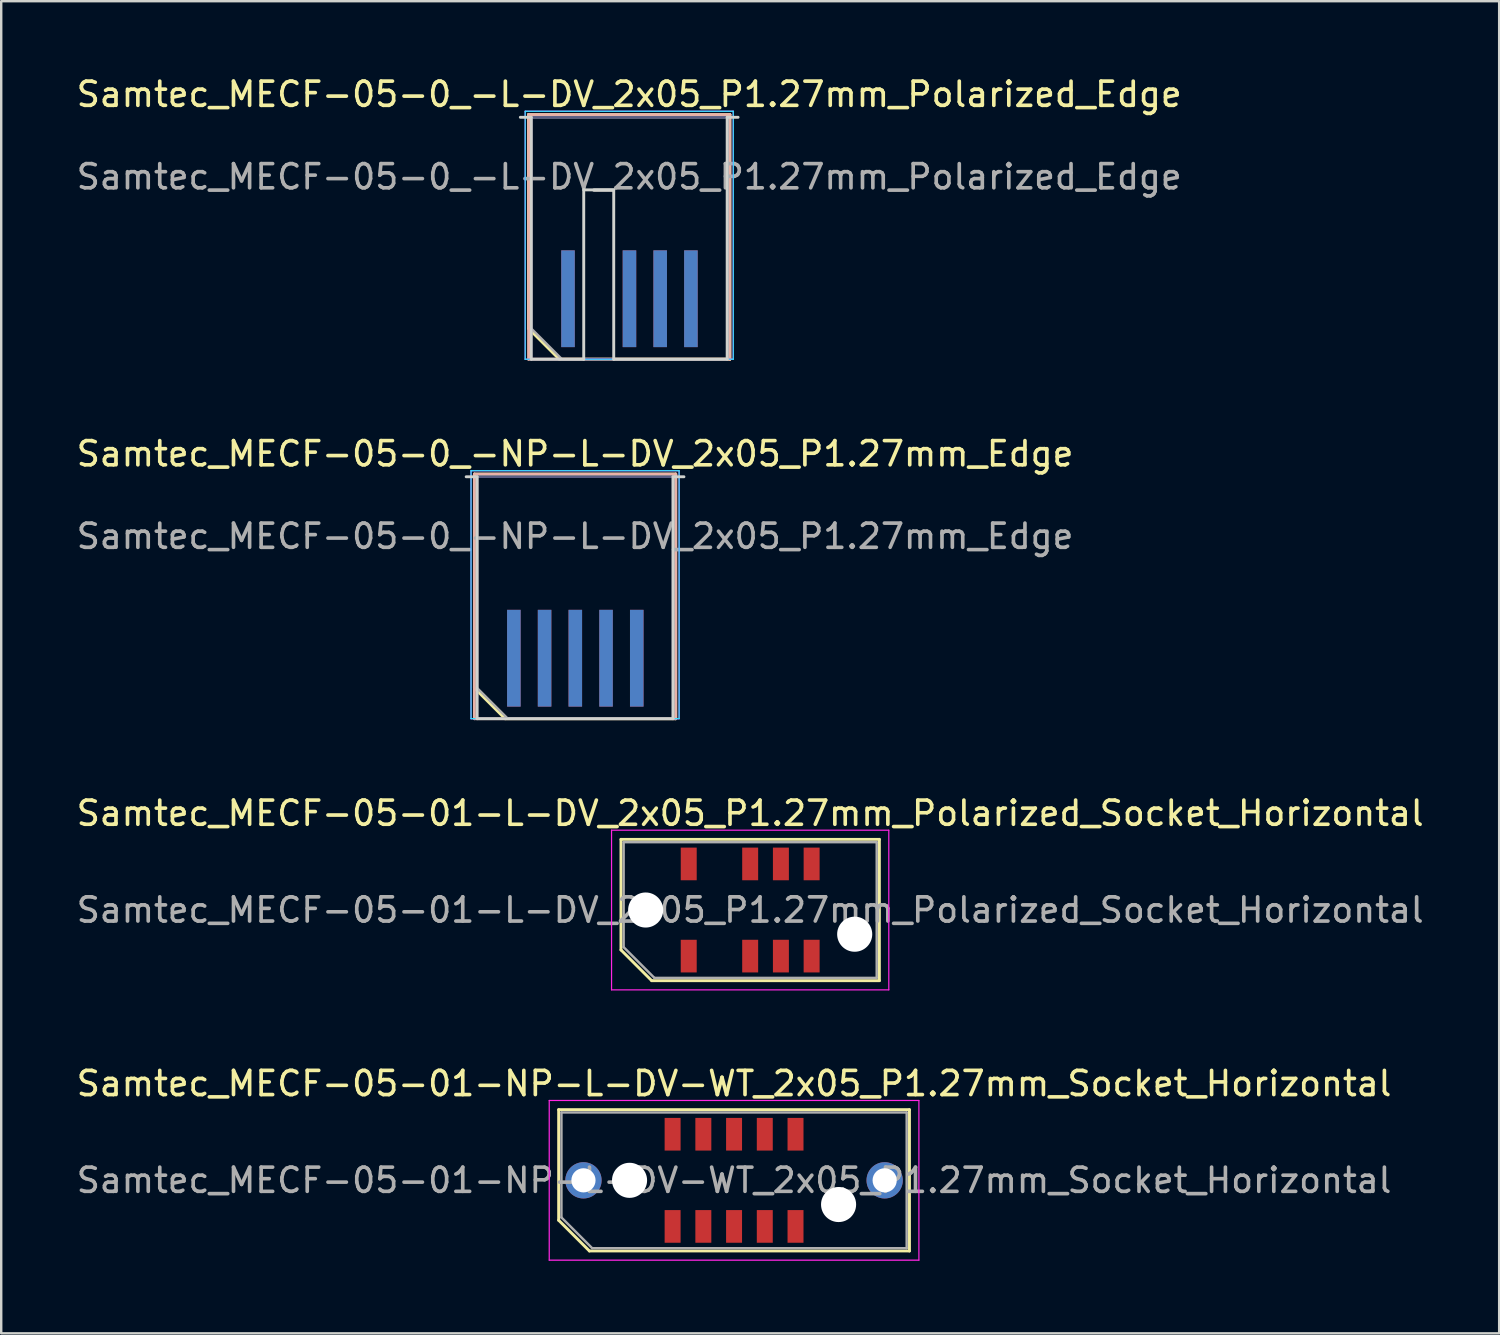
<source format=kicad_pcb>
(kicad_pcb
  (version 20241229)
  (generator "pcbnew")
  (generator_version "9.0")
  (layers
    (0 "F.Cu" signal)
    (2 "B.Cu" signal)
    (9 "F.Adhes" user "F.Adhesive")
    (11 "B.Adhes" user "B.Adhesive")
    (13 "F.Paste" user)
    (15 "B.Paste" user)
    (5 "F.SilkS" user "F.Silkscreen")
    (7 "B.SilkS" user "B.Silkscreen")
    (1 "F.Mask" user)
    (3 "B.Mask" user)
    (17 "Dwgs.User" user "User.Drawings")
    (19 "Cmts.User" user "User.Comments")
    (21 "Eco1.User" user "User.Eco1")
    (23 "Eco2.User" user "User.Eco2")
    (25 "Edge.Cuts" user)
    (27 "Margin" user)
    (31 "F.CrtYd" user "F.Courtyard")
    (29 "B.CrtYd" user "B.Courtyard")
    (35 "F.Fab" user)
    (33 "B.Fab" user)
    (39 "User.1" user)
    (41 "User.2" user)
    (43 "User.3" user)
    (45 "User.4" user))
  (footprint "Samtec_MECF-05-0_-L-DV_2x05_P1.27mm_Polarized_Edge"
    (layer "F.Cu")
    (at 22.958 6.798)
    (property "Reference" "Samtec_MECF-05-0_-L-DV_2x05_P1.27mm_Polarized_Edge" (at 0 -5.95 0) (layer "F.SilkS") (effects (font (size 1 1) (thickness 0.15))))
    (attr exclude_from_pos_files exclude_from_bom)
    (fp_line (start -4.16 -5.11) (end 4.16 -5.11) (stroke (width 0.12) (type solid)) (layer "F.SilkS"))
    (fp_line (start -4.16 3.73) (end -4.16 -5.11) (stroke (width 0.12) (type solid)) (layer "F.SilkS"))
    (fp_line (start -2.89 5) (end -4.16 3.73) (stroke (width 0.12) (type solid)) (layer "F.SilkS"))
    (fp_line (start -2.89 5) (end 4.16 5) (stroke (width 0.12) (type solid)) (layer "F.SilkS"))
    (fp_line (start 4.16 5) (end 4.16 -5.11) (stroke (width 0.12) (type solid)) (layer "F.SilkS"))
    (fp_line (start -4.16 -5.11) (end 4.16 -5.11) (stroke (width 0.12) (type solid)) (layer "B.SilkS"))
    (fp_line (start -4.16 5) (end -4.16 -5.11) (stroke (width 0.12) (type solid)) (layer "B.SilkS"))
    (fp_line (start -4.16 5) (end 4.16 5) (stroke (width 0.12) (type solid)) (layer "B.SilkS"))
    (fp_line (start 4.16 5) (end 4.16 -5.11) (stroke (width 0.12) (type solid)) (layer "B.SilkS"))
    (fp_line (start -4.5 -5) (end -4.05 -5) (stroke (width 0.12) (type solid)) (layer "Edge.Cuts"))
    (fp_line (start -4.05 5) (end -4.05 -5) (stroke (width 0.12) (type solid)) (layer "Edge.Cuts"))
    (fp_line (start -4.05 5) (end -1.88 5) (stroke (width 0.12) (type solid)) (layer "Edge.Cuts"))
    (fp_line (start -1.88 -2) (end -0.64 -2) (stroke (width 0.12) (type solid)) (layer "Edge.Cuts"))
    (fp_line (start -1.88 5) (end -1.88 -2) (stroke (width 0.12) (type solid)) (layer "Edge.Cuts"))
    (fp_line (start -0.64 5) (end -0.64 -2) (stroke (width 0.12) (type solid)) (layer "Edge.Cuts"))
    (fp_line (start -0.64 5) (end 4.05 5) (stroke (width 0.12) (type solid)) (layer "Edge.Cuts"))
    (fp_line (start 4.05 5) (end 4.05 -5) (stroke (width 0.12) (type solid)) (layer "Edge.Cuts"))
    (fp_line (start 4.5 -5) (end 4.05 -5) (stroke (width 0.12) (type solid)) (layer "Edge.Cuts"))
    (fp_line (start -4.3 -5.25) (end -4.3 5) (stroke (width 0.05) (type solid)) (layer "B.CrtYd"))
    (fp_line (start -4.3 5) (end 4.3 5) (stroke (width 0.05) (type solid)) (layer "B.CrtYd"))
    (fp_line (start 4.3 -5.25) (end -4.3 -5.25) (stroke (width 0.05) (type solid)) (layer "B.CrtYd"))
    (fp_line (start 4.3 5) (end 4.3 -5.25) (stroke (width 0.05) (type solid)) (layer "B.CrtYd"))
    (fp_line (start -4.3 -5.25) (end -4.3 5) (stroke (width 0.05) (type solid)) (layer "F.CrtYd"))
    (fp_line (start -4.3 5) (end 4.3 5) (stroke (width 0.05) (type solid)) (layer "F.CrtYd"))
    (fp_line (start 4.3 -5.25) (end -4.3 -5.25) (stroke (width 0.05) (type solid)) (layer "F.CrtYd"))
    (fp_line (start 4.3 5) (end 4.3 -5.25) (stroke (width 0.05) (type solid)) (layer "F.CrtYd"))
    (fp_line (start -4.05 -5) (end 4.05 -5) (stroke (width 0.1) (type solid)) (layer "B.Fab"))
    (fp_line (start -4.05 5) (end -4.05 -5) (stroke (width 0.1) (type solid)) (layer "B.Fab"))
    (fp_line (start -4.05 5) (end 4.05 5) (stroke (width 0.1) (type solid)) (layer "B.Fab"))
    (fp_line (start 4.05 5) (end 4.05 -5) (stroke (width 0.1) (type solid)) (layer "B.Fab"))
    (fp_line (start -4.05 -5) (end 4.05 -5) (stroke (width 0.1) (type solid)) (layer "F.Fab"))
    (fp_line (start -4.05 3.73) (end -4.05 -5) (stroke (width 0.1) (type solid)) (layer "F.Fab"))
    (fp_line (start -4.05 3.73) (end -2.78 5) (stroke (width 0.1) (type solid)) (layer "F.Fab"))
    (fp_line (start -2.78 5) (end 4.05 5) (stroke (width 0.1) (type solid)) (layer "F.Fab"))
    (fp_line (start 4.05 5) (end 4.05 -5) (stroke (width 0.1) (type solid)) (layer "F.Fab"))
    (fp_text user "${REFERENCE}" (at 0 -2.54 0) (layer "F.Fab") (effects (font (size 1 1) (thickness 0.15))))
    (pad "1" connect rect (at -2.53 2.5) (size 0.56 4) (layers "F.Cu" "F.Mask"))
    (pad "2" connect rect (at -2.53 2.5) (size 0.56 4) (layers "B.Cu" "B.Mask"))
    (pad "5" connect rect (at 0.01 2.5) (size 0.56 4) (layers "F.Cu" "F.Mask"))
    (pad "6" connect rect (at 0.01 2.5) (size 0.56 4) (layers "B.Cu" "B.Mask"))
    (pad "7" connect rect (at 1.28 2.5) (size 0.56 4) (layers "F.Cu" "F.Mask"))
    (pad "8" connect rect (at 1.28 2.5) (size 0.56 4) (layers "B.Cu" "B.Mask"))
    (pad "9" connect rect (at 2.55 2.5) (size 0.56 4) (layers "F.Cu" "F.Mask"))
    (pad "10" connect rect (at 2.55 2.5) (size 0.56 4) (layers "B.Cu" "B.Mask")))
  (footprint "Samtec_MECF-05-01-NP-L-DV-WT_2x05_P1.27mm_Socket_Horizontal"
    (layer "F.Cu")
    (at 27.292 45.738)
    (property "Reference" "Samtec_MECF-05-01-NP-L-DV-WT_2x05_P1.27mm_Socket_Horizontal" (at 0 -4 0) (layer "F.SilkS") (effects (font (size 1 1) (thickness 0.15))))
    (attr smd)
    (fp_line (start -7.25 -2.92) (end 7.25 -2.92) (stroke (width 0.12) (type solid)) (layer "F.SilkS"))
    (fp_line (start -7.25 1.65) (end -7.25 -2.92) (stroke (width 0.12) (type solid)) (layer "F.SilkS"))
    (fp_line (start -5.98 2.92) (end -7.25 1.65) (stroke (width 0.12) (type solid)) (layer "F.SilkS"))
    (fp_line (start -5.98 2.92) (end 7.25 2.92) (stroke (width 0.12) (type solid)) (layer "F.SilkS"))
    (fp_line (start 7.25 2.92) (end 7.25 -2.92) (stroke (width 0.12) (type solid)) (layer "F.SilkS"))
    (fp_line (start -7.64 -3.3) (end -7.64 3.3) (stroke (width 0.05) (type solid)) (layer "F.CrtYd"))
    (fp_line (start -7.64 3.3) (end 7.64 3.3) (stroke (width 0.05) (type solid)) (layer "F.CrtYd"))
    (fp_line (start 7.64 -3.3) (end -7.64 -3.3) (stroke (width 0.05) (type solid)) (layer "F.CrtYd"))
    (fp_line (start 7.64 3.3) (end 7.64 -3.3) (stroke (width 0.05) (type solid)) (layer "F.CrtYd"))
    (fp_line (start -7.135 -2.805) (end 7.135 -2.805) (stroke (width 0.1) (type solid)) (layer "F.Fab"))
    (fp_line (start -7.135 1.535) (end -7.135 -2.805) (stroke (width 0.1) (type solid)) (layer "F.Fab"))
    (fp_line (start -7.135 1.535) (end -5.865 2.805) (stroke (width 0.1) (type solid)) (layer "F.Fab"))
    (fp_line (start -5.865 2.805) (end 7.135 2.805) (stroke (width 0.1) (type solid)) (layer "F.Fab"))
    (fp_line (start 7.135 2.805) (end 7.135 -2.805) (stroke (width 0.1) (type solid)) (layer "F.Fab"))
    (fp_text user "${REFERENCE}" (at 0 0 0) (layer "F.Fab") (effects (font (size 1 1) (thickness 0.15))))
    (pad "" thru_hole circle (at -6.225 0) (size 1.5 1.5) (drill 1) (layers "*.Cu" "*.Mask"))
    (pad "" np_thru_hole circle (at -4.32 0) (size 1.45 1.45) (drill 1.45) (layers "*.Cu" "*.Mask"))
    (pad "" np_thru_hole circle (at 4.32 1) (size 1.45 1.45) (drill 1.45) (layers "*.Cu" "*.Mask"))
    (pad "" thru_hole circle (at 6.225 0) (size 1.5 1.5) (drill 1) (layers "*.Cu" "*.Mask"))
    (pad "1" smd rect (at -2.54 1.905) (size 0.66 1.35) (layers "F.Cu" "F.Mask" "F.Paste"))
    (pad "2" smd rect (at -2.54 -1.905) (size 0.66 1.35) (layers "F.Cu" "F.Mask" "F.Paste"))
    (pad "3" smd rect (at -1.27 1.905) (size 0.66 1.35) (layers "F.Cu" "F.Mask" "F.Paste"))
    (pad "4" smd rect (at -1.27 -1.905) (size 0.66 1.35) (layers "F.Cu" "F.Mask" "F.Paste"))
    (pad "5" smd rect (at 0 1.905) (size 0.66 1.35) (layers "F.Cu" "F.Mask" "F.Paste"))
    (pad "6" smd rect (at 0 -1.905) (size 0.66 1.35) (layers "F.Cu" "F.Mask" "F.Paste"))
    (pad "7" smd rect (at 1.27 1.905) (size 0.66 1.35) (layers "F.Cu" "F.Mask" "F.Paste"))
    (pad "8" smd rect (at 1.27 -1.905) (size 0.66 1.35) (layers "F.Cu" "F.Mask" "F.Paste"))
    (pad "9" smd rect (at 2.54 1.905) (size 0.66 1.35) (layers "F.Cu" "F.Mask" "F.Paste"))
    (pad "10" smd rect (at 2.54 -1.905) (size 0.66 1.35) (layers "F.Cu" "F.Mask" "F.Paste")))
  (footprint "Samtec_MECF-05-01-L-DV_2x05_P1.27mm_Polarized_Socket_Horizontal"
    (layer "F.Cu")
    (at 27.958 34.565)
    (property "Reference" "Samtec_MECF-05-01-L-DV_2x05_P1.27mm_Polarized_Socket_Horizontal" (at 0 -4 0) (layer "F.SilkS") (effects (font (size 1 1) (thickness 0.15))))
    (attr smd)
    (fp_line (start -5.34 -2.92) (end 5.34 -2.92) (stroke (width 0.12) (type solid)) (layer "F.SilkS"))
    (fp_line (start -5.34 1.65) (end -5.34 -2.92) (stroke (width 0.12) (type solid)) (layer "F.SilkS"))
    (fp_line (start -4.07 2.92) (end -5.34 1.65) (stroke (width 0.12) (type solid)) (layer "F.SilkS"))
    (fp_line (start -4.07 2.92) (end 5.34 2.92) (stroke (width 0.12) (type solid)) (layer "F.SilkS"))
    (fp_line (start 5.34 2.92) (end 5.34 -2.92) (stroke (width 0.12) (type solid)) (layer "F.SilkS"))
    (fp_line (start -5.73 -3.3) (end -5.73 3.3) (stroke (width 0.05) (type solid)) (layer "F.CrtYd"))
    (fp_line (start -5.73 3.3) (end 5.73 3.3) (stroke (width 0.05) (type solid)) (layer "F.CrtYd"))
    (fp_line (start 5.73 -3.3) (end -5.73 -3.3) (stroke (width 0.05) (type solid)) (layer "F.CrtYd"))
    (fp_line (start 5.73 3.3) (end 5.73 -3.3) (stroke (width 0.05) (type solid)) (layer "F.CrtYd"))
    (fp_line (start -5.23 -2.805) (end 5.23 -2.805) (stroke (width 0.1) (type solid)) (layer "F.Fab"))
    (fp_line (start -5.23 1.535) (end -5.23 -2.805) (stroke (width 0.1) (type solid)) (layer "F.Fab"))
    (fp_line (start -5.23 1.535) (end -3.96 2.805) (stroke (width 0.1) (type solid)) (layer "F.Fab"))
    (fp_line (start -3.96 2.805) (end 5.23 2.805) (stroke (width 0.1) (type solid)) (layer "F.Fab"))
    (fp_line (start 5.23 2.805) (end 5.23 -2.805) (stroke (width 0.1) (type solid)) (layer "F.Fab"))
    (fp_text user "${REFERENCE}" (at 0 0 0) (layer "F.Fab") (effects (font (size 1 1) (thickness 0.15))))
    (pad "" np_thru_hole circle (at -4.32 0) (size 1.45 1.45) (drill 1.45) (layers "*.Cu" "*.Mask"))
    (pad "" np_thru_hole circle (at 4.32 1) (size 1.45 1.45) (drill 1.45) (layers "*.Cu" "*.Mask"))
    (pad "1" smd rect (at -2.54 1.905) (size 0.66 1.35) (layers "F.Cu" "F.Mask" "F.Paste"))
    (pad "2" smd rect (at -2.54 -1.905) (size 0.66 1.35) (layers "F.Cu" "F.Mask" "F.Paste"))
    (pad "5" smd rect (at 0 1.905) (size 0.66 1.35) (layers "F.Cu" "F.Mask" "F.Paste"))
    (pad "6" smd rect (at 0 -1.905) (size 0.66 1.35) (layers "F.Cu" "F.Mask" "F.Paste"))
    (pad "7" smd rect (at 1.27 1.905) (size 0.66 1.35) (layers "F.Cu" "F.Mask" "F.Paste"))
    (pad "8" smd rect (at 1.27 -1.905) (size 0.66 1.35) (layers "F.Cu" "F.Mask" "F.Paste"))
    (pad "9" smd rect (at 2.54 1.905) (size 0.66 1.35) (layers "F.Cu" "F.Mask" "F.Paste"))
    (pad "10" smd rect (at 2.54 -1.905) (size 0.66 1.35) (layers "F.Cu" "F.Mask" "F.Paste")))
  (footprint "Samtec_MECF-05-0_-NP-L-DV_2x05_P1.27mm_Edge"
    (layer "F.Cu")
    (at 20.72 21.657)
    (property "Reference" "Samtec_MECF-05-0_-NP-L-DV_2x05_P1.27mm_Edge" (at 0 -5.95 0) (layer "F.SilkS") (effects (font (size 1 1) (thickness 0.15))))
    (attr exclude_from_pos_files exclude_from_bom)
    (fp_line (start -4.16 -5.11) (end 4.16 -5.11) (stroke (width 0.12) (type solid)) (layer "F.SilkS"))
    (fp_line (start -4.16 3.73) (end -4.16 -5.11) (stroke (width 0.12) (type solid)) (layer "F.SilkS"))
    (fp_line (start -2.89 5) (end -4.16 3.73) (stroke (width 0.12) (type solid)) (layer "F.SilkS"))
    (fp_line (start -2.89 5) (end 4.16 5) (stroke (width 0.12) (type solid)) (layer "F.SilkS"))
    (fp_line (start 4.16 5) (end 4.16 -5.11) (stroke (width 0.12) (type solid)) (layer "F.SilkS"))
    (fp_line (start -4.16 -5.11) (end 4.16 -5.11) (stroke (width 0.12) (type solid)) (layer "B.SilkS"))
    (fp_line (start -4.16 5) (end -4.16 -5.11) (stroke (width 0.12) (type solid)) (layer "B.SilkS"))
    (fp_line (start -4.16 5) (end 4.16 5) (stroke (width 0.12) (type solid)) (layer "B.SilkS"))
    (fp_line (start 4.16 5) (end 4.16 -5.11) (stroke (width 0.12) (type solid)) (layer "B.SilkS"))
    (fp_line (start -4.5 -5) (end -4.05 -5) (stroke (width 0.12) (type solid)) (layer "Edge.Cuts"))
    (fp_line (start -4.05 5) (end -4.05 -5) (stroke (width 0.12) (type solid)) (layer "Edge.Cuts"))
    (fp_line (start -4.05 5) (end 4.05 5) (stroke (width 0.12) (type solid)) (layer "Edge.Cuts"))
    (fp_line (start 4.05 5) (end 4.05 -5) (stroke (width 0.12) (type solid)) (layer "Edge.Cuts"))
    (fp_line (start 4.5 -5) (end 4.05 -5) (stroke (width 0.12) (type solid)) (layer "Edge.Cuts"))
    (fp_line (start -4.3 -5.25) (end -4.3 5) (stroke (width 0.05) (type solid)) (layer "B.CrtYd"))
    (fp_line (start -4.3 5) (end 4.3 5) (stroke (width 0.05) (type solid)) (layer "B.CrtYd"))
    (fp_line (start 4.3 -5.25) (end -4.3 -5.25) (stroke (width 0.05) (type solid)) (layer "B.CrtYd"))
    (fp_line (start 4.3 5) (end 4.3 -5.25) (stroke (width 0.05) (type solid)) (layer "B.CrtYd"))
    (fp_line (start -4.3 -5.25) (end -4.3 5) (stroke (width 0.05) (type solid)) (layer "F.CrtYd"))
    (fp_line (start -4.3 5) (end 4.3 5) (stroke (width 0.05) (type solid)) (layer "F.CrtYd"))
    (fp_line (start 4.3 -5.25) (end -4.3 -5.25) (stroke (width 0.05) (type solid)) (layer "F.CrtYd"))
    (fp_line (start 4.3 5) (end 4.3 -5.25) (stroke (width 0.05) (type solid)) (layer "F.CrtYd"))
    (fp_line (start -4.05 -5) (end 4.05 -5) (stroke (width 0.1) (type solid)) (layer "B.Fab"))
    (fp_line (start -4.05 5) (end -4.05 -5) (stroke (width 0.1) (type solid)) (layer "B.Fab"))
    (fp_line (start -4.05 5) (end 4.05 5) (stroke (width 0.1) (type solid)) (layer "B.Fab"))
    (fp_line (start 4.05 5) (end 4.05 -5) (stroke (width 0.1) (type solid)) (layer "B.Fab"))
    (fp_line (start -4.05 -5) (end 4.05 -5) (stroke (width 0.1) (type solid)) (layer "F.Fab"))
    (fp_line (start -4.05 3.73) (end -4.05 -5) (stroke (width 0.1) (type solid)) (layer "F.Fab"))
    (fp_line (start -4.05 3.73) (end -2.78 5) (stroke (width 0.1) (type solid)) (layer "F.Fab"))
    (fp_line (start -2.78 5) (end 4.05 5) (stroke (width 0.1) (type solid)) (layer "F.Fab"))
    (fp_line (start 4.05 5) (end 4.05 -5) (stroke (width 0.1) (type solid)) (layer "F.Fab"))
    (fp_text user "${REFERENCE}" (at 0 -2.54 0) (layer "F.Fab") (effects (font (size 1 1) (thickness 0.15))))
    (pad "1" connect rect (at -2.53 2.5) (size 0.56 4) (layers "F.Cu" "F.Mask"))
    (pad "2" connect rect (at -2.53 2.5) (size 0.56 4) (layers "B.Cu" "B.Mask"))
    (pad "3" connect rect (at -1.26 2.5) (size 0.56 4) (layers "F.Cu" "F.Mask"))
    (pad "4" connect rect (at -1.26 2.5) (size 0.56 4) (layers "B.Cu" "B.Mask"))
    (pad "5" connect rect (at 0.01 2.5) (size 0.56 4) (layers "F.Cu" "F.Mask"))
    (pad "6" connect rect (at 0.01 2.5) (size 0.56 4) (layers "B.Cu" "B.Mask"))
    (pad "7" connect rect (at 1.28 2.5) (size 0.56 4) (layers "F.Cu" "F.Mask"))
    (pad "8" connect rect (at 1.28 2.5) (size 0.56 4) (layers "B.Cu" "B.Mask"))
    (pad "9" connect rect (at 2.55 2.5) (size 0.56 4) (layers "F.Cu" "F.Mask"))
    (pad "10" connect rect (at 2.55 2.5) (size 0.56 4) (layers "B.Cu" "B.Mask")))
  (gr_rect
    (start -3 -3)
    (end 58.917 52.063)
    (stroke (width 0.1) (type default))
    (fill no)
    (layer "Edge.Cuts")))
</source>
